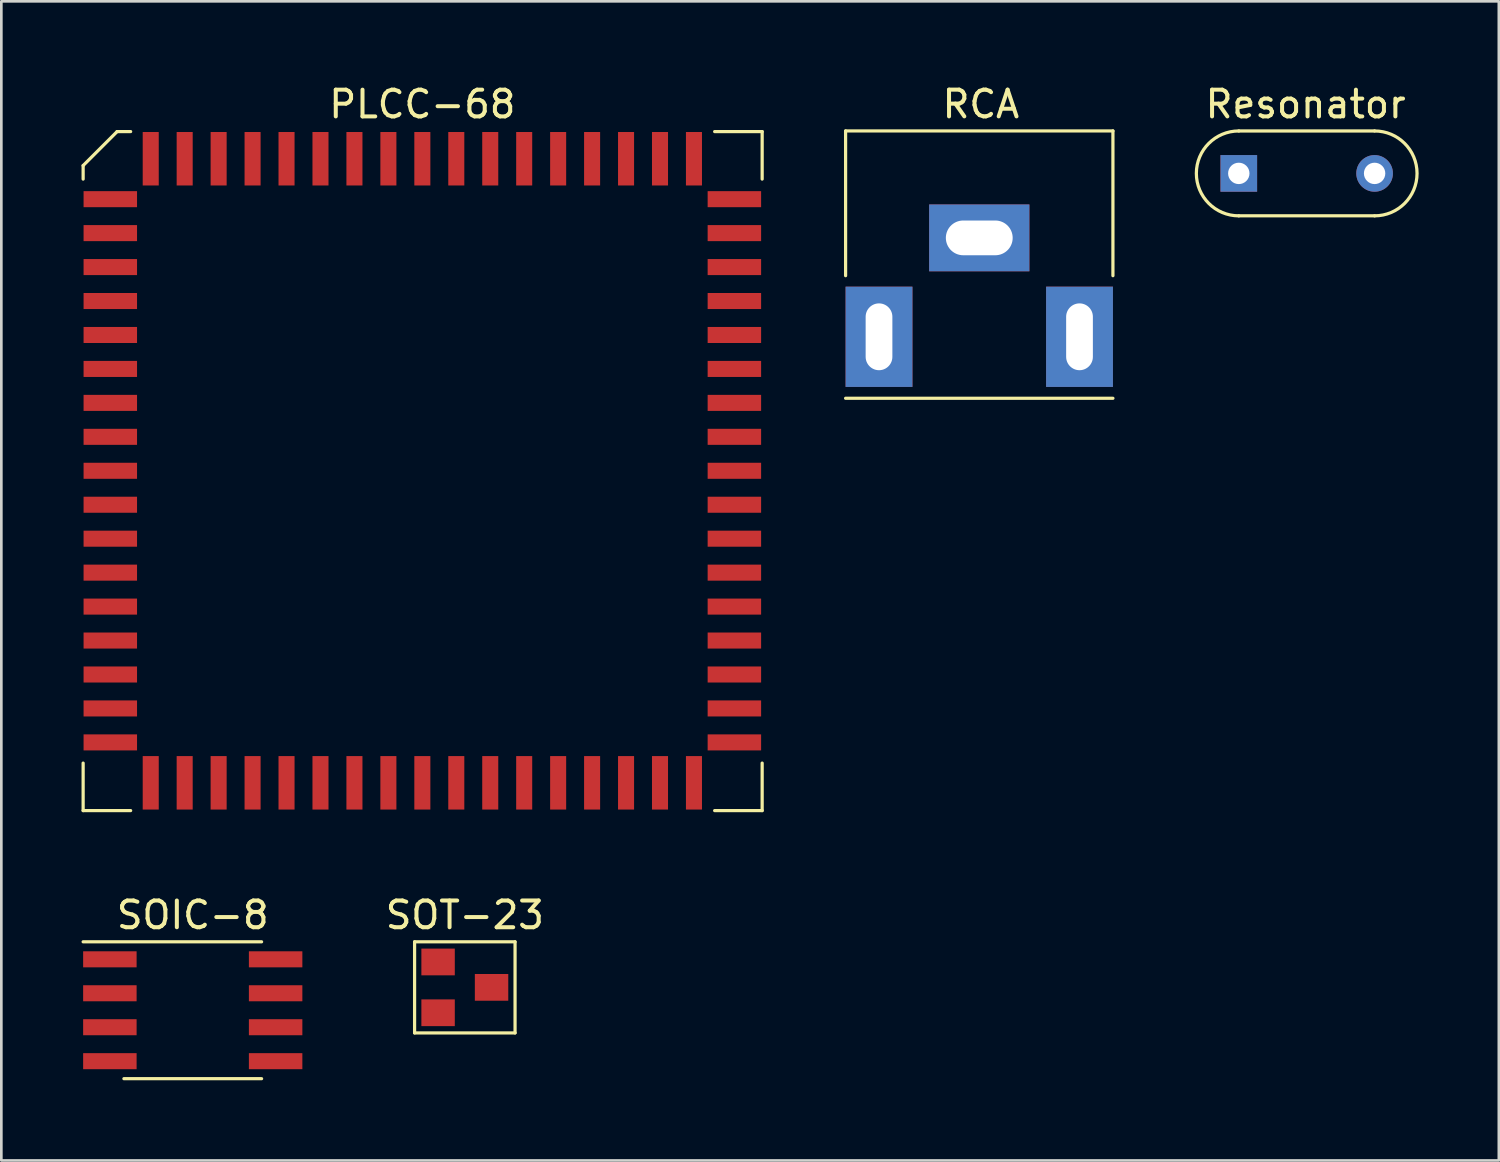
<source format=kicad_pcb>
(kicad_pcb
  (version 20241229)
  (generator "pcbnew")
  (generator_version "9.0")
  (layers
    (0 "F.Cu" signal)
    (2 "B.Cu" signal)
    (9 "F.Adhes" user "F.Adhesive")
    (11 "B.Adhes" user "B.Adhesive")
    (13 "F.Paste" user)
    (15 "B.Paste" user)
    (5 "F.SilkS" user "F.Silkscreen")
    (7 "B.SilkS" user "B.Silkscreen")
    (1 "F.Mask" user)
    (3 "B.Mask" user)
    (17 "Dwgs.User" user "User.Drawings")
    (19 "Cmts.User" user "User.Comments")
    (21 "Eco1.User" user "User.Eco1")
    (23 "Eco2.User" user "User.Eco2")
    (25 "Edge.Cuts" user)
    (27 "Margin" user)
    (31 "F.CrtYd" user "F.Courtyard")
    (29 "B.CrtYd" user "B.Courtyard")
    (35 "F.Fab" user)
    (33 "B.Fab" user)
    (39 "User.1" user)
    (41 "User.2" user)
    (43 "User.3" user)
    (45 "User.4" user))
  (footprint "SOIC-8"
    (layer "F.Cu")
    (at 4.16 34.739)
    (property "Reference" "SOIC-8" (at 0 -3.56 0) (layer "F.SilkS") (effects (font (size 1 1) (thickness 0.15))))
    (attr smd)
    (fp_line (start -4.1 -2.56) (end 2.575 -2.56) (stroke (width 0.12) (type solid)) (layer "F.SilkS"))
    (fp_line (start 2.575 2.56) (end -2.575 2.56) (stroke (width 0.12) (type solid)) (layer "F.SilkS"))
    (pad "1" smd rect (at -3.1 -1.905) (size 2 0.6) (layers "F.Cu" "F.Mask" "F.Paste"))
    (pad "2" smd rect (at -3.1 -0.635) (size 2 0.6) (layers "F.Cu" "F.Mask" "F.Paste"))
    (pad "3" smd rect (at -3.1 0.635) (size 2 0.6) (layers "F.Cu" "F.Mask" "F.Paste"))
    (pad "4" smd rect (at -3.1 1.905) (size 2 0.6) (layers "F.Cu" "F.Mask" "F.Paste"))
    (pad "5" smd rect (at 3.1 1.905) (size 2 0.6) (layers "F.Cu" "F.Mask" "F.Paste"))
    (pad "6" smd rect (at 3.1 0.635) (size 2 0.6) (layers "F.Cu" "F.Mask" "F.Paste"))
    (pad "7" smd rect (at 3.1 -0.635) (size 2 0.6) (layers "F.Cu" "F.Mask" "F.Paste"))
    (pad "8" smd rect (at 3.1 -1.905) (size 2 0.6) (layers "F.Cu" "F.Mask" "F.Paste")))
  (footprint "Resonator"
    (layer "F.Cu")
    (at 43.288 3.436)
    (property "Reference" "Resonator" (at 2.5 -2.587 0) (layer "F.SilkS") (effects (font (size 1 1) (thickness 0.15))))
    (attr through_hole)
    (fp_line (start 0 -1.587) (end 5.08 -1.587) (stroke (width 0.12) (type solid)) (layer "F.SilkS"))
    (fp_line (start 5.08 1.587) (end 0 1.587) (stroke (width 0.12) (type solid)) (layer "F.SilkS"))
    (fp_arc (start 0 1.5875) (mid -1.5875 0) (end 0 -1.5875) (stroke (width 0.12) (type solid)) (layer "F.SilkS"))
    (fp_arc (start 5.08 -1.5875) (mid 6.6675 0) (end 5.08 1.5875) (stroke (width 0.12) (type solid)) (layer "F.SilkS"))
    (pad "1" thru_hole rect (at 0 0) (size 1.37 1.37) (drill 0.8) (layers "*.Cu" "*.Mask"))
    (pad "2" thru_hole circle (at 5.08 0) (size 1.37 1.37) (drill 0.8) (layers "*.Cu" "*.Mask")))
  (footprint "PLCC-68"
    (layer "F.Cu")
    (at 12.748 14.56)
    (property "Reference" "PLCC-68" (at 0 -13.711 0) (layer "F.SilkS") (effects (font (size 1 1) (thickness 0.15))))
    (attr smd)
    (fp_line (start -12.688 -11.418) (end -11.418 -12.688) (stroke (width 0.12) (type solid)) (layer "F.SilkS"))
    (fp_line (start -12.688 -10.911) (end -12.688 -11.418) (stroke (width 0.12) (type solid)) (layer "F.SilkS"))
    (fp_line (start -12.688 12.711) (end -12.688 10.934) (stroke (width 0.12) (type solid)) (layer "F.SilkS"))
    (fp_line (start -11.418 -12.688) (end -10.911 -12.688) (stroke (width 0.12) (type solid)) (layer "F.SilkS"))
    (fp_line (start -10.911 12.711) (end -12.688 12.711) (stroke (width 0.12) (type solid)) (layer "F.SilkS"))
    (fp_line (start 10.934 -12.688) (end 12.711 -12.688) (stroke (width 0.12) (type solid)) (layer "F.SilkS"))
    (fp_line (start 12.711 -12.688) (end 12.711 -10.911) (stroke (width 0.12) (type solid)) (layer "F.SilkS"))
    (fp_line (start 12.711 10.934) (end 12.711 12.711) (stroke (width 0.12) (type solid)) (layer "F.SilkS"))
    (fp_line (start 12.711 12.711) (end 10.934 12.711) (stroke (width 0.12) (type solid)) (layer "F.SilkS"))
    (pad "1" smd rect (at 0 -11.672) (size 0.6 2) (layers "F.Cu" "F.Mask" "F.Paste"))
    (pad "2" smd rect (at -1.27 -11.672) (size 0.6 2) (layers "F.Cu" "F.Mask" "F.Paste"))
    (pad "3" smd rect (at -2.54 -11.672) (size 0.6 2) (layers "F.Cu" "F.Mask" "F.Paste"))
    (pad "4" smd rect (at -3.81 -11.672) (size 0.6 2) (layers "F.Cu" "F.Mask" "F.Paste"))
    (pad "5" smd rect (at -5.08 -11.672) (size 0.6 2) (layers "F.Cu" "F.Mask" "F.Paste"))
    (pad "6" smd rect (at -6.35 -11.672) (size 0.6 2) (layers "F.Cu" "F.Mask" "F.Paste"))
    (pad "7" smd rect (at -7.62 -11.672) (size 0.6 2) (layers "F.Cu" "F.Mask" "F.Paste"))
    (pad "8" smd rect (at -8.89 -11.672) (size 0.6 2) (layers "F.Cu" "F.Mask" "F.Paste"))
    (pad "9" smd rect (at -10.16 -11.672) (size 0.6 2) (layers "F.Cu" "F.Mask" "F.Paste"))
    (pad "10" smd rect (at -11.672 -10.16) (size 2 0.6) (layers "F.Cu" "F.Mask" "F.Paste"))
    (pad "11" smd rect (at -11.672 -8.89) (size 2 0.6) (layers "F.Cu" "F.Mask" "F.Paste"))
    (pad "12" smd rect (at -11.672 -7.62) (size 2 0.6) (layers "F.Cu" "F.Mask" "F.Paste"))
    (pad "13" smd rect (at -11.672 -6.35) (size 2 0.6) (layers "F.Cu" "F.Mask" "F.Paste"))
    (pad "14" smd rect (at -11.672 -5.08) (size 2 0.6) (layers "F.Cu" "F.Mask" "F.Paste"))
    (pad "15" smd rect (at -11.672 -3.81) (size 2 0.6) (layers "F.Cu" "F.Mask" "F.Paste"))
    (pad "16" smd rect (at -11.672 -2.54) (size 2 0.6) (layers "F.Cu" "F.Mask" "F.Paste"))
    (pad "17" smd rect (at -11.672 -1.27) (size 2 0.6) (layers "F.Cu" "F.Mask" "F.Paste"))
    (pad "18" smd rect (at -11.672 0) (size 2 0.6) (layers "F.Cu" "F.Mask" "F.Paste"))
    (pad "19" smd rect (at -11.672 1.27) (size 2 0.6) (layers "F.Cu" "F.Mask" "F.Paste"))
    (pad "20" smd rect (at -11.672 2.54) (size 2 0.6) (layers "F.Cu" "F.Mask" "F.Paste"))
    (pad "21" smd rect (at -11.672 3.81) (size 2 0.6) (layers "F.Cu" "F.Mask" "F.Paste"))
    (pad "22" smd rect (at -11.672 5.08) (size 2 0.6) (layers "F.Cu" "F.Mask" "F.Paste"))
    (pad "23" smd rect (at -11.672 6.35) (size 2 0.6) (layers "F.Cu" "F.Mask" "F.Paste"))
    (pad "24" smd rect (at -11.672 7.62) (size 2 0.6) (layers "F.Cu" "F.Mask" "F.Paste"))
    (pad "25" smd rect (at -11.672 8.89) (size 2 0.6) (layers "F.Cu" "F.Mask" "F.Paste"))
    (pad "26" smd rect (at -11.672 10.16) (size 2 0.6) (layers "F.Cu" "F.Mask" "F.Paste"))
    (pad "27" smd rect (at -10.16 11.672) (size 0.6 2) (layers "F.Cu" "F.Mask" "F.Paste"))
    (pad "28" smd rect (at -8.89 11.672) (size 0.6 2) (layers "F.Cu" "F.Mask" "F.Paste"))
    (pad "29" smd rect (at -7.62 11.672) (size 0.6 2) (layers "F.Cu" "F.Mask" "F.Paste"))
    (pad "30" smd rect (at -6.35 11.672) (size 0.6 2) (layers "F.Cu" "F.Mask" "F.Paste"))
    (pad "31" smd rect (at -5.08 11.672) (size 0.6 2) (layers "F.Cu" "F.Mask" "F.Paste"))
    (pad "32" smd rect (at -3.81 11.672) (size 0.6 2) (layers "F.Cu" "F.Mask" "F.Paste"))
    (pad "33" smd rect (at -2.54 11.672) (size 0.6 2) (layers "F.Cu" "F.Mask" "F.Paste"))
    (pad "34" smd rect (at -1.27 11.672) (size 0.6 2) (layers "F.Cu" "F.Mask" "F.Paste"))
    (pad "35" smd rect (at 0 11.672) (size 0.6 2) (layers "F.Cu" "F.Mask" "F.Paste"))
    (pad "36" smd rect (at 1.27 11.672) (size 0.6 2) (layers "F.Cu" "F.Mask" "F.Paste"))
    (pad "37" smd rect (at 2.54 11.672) (size 0.6 2) (layers "F.Cu" "F.Mask" "F.Paste"))
    (pad "38" smd rect (at 3.81 11.672) (size 0.6 2) (layers "F.Cu" "F.Mask" "F.Paste"))
    (pad "39" smd rect (at 5.08 11.672) (size 0.6 2) (layers "F.Cu" "F.Mask" "F.Paste"))
    (pad "40" smd rect (at 6.35 11.672) (size 0.6 2) (layers "F.Cu" "F.Mask" "F.Paste"))
    (pad "41" smd rect (at 7.62 11.672) (size 0.6 2) (layers "F.Cu" "F.Mask" "F.Paste"))
    (pad "42" smd rect (at 8.89 11.672) (size 0.6 2) (layers "F.Cu" "F.Mask" "F.Paste"))
    (pad "43" smd rect (at 10.16 11.672) (size 0.6 2) (layers "F.Cu" "F.Mask" "F.Paste"))
    (pad "44" smd rect (at 11.672 10.16) (size 2 0.6) (layers "F.Cu" "F.Mask" "F.Paste"))
    (pad "45" smd rect (at 11.672 8.89) (size 2 0.6) (layers "F.Cu" "F.Mask" "F.Paste"))
    (pad "46" smd rect (at 11.672 7.62) (size 2 0.6) (layers "F.Cu" "F.Mask" "F.Paste"))
    (pad "47" smd rect (at 11.672 6.35) (size 2 0.6) (layers "F.Cu" "F.Mask" "F.Paste"))
    (pad "48" smd rect (at 11.672 5.08) (size 2 0.6) (layers "F.Cu" "F.Mask" "F.Paste"))
    (pad "49" smd rect (at 11.672 3.81) (size 2 0.6) (layers "F.Cu" "F.Mask" "F.Paste"))
    (pad "50" smd rect (at 11.672 2.54) (size 2 0.6) (layers "F.Cu" "F.Mask" "F.Paste"))
    (pad "51" smd rect (at 11.672 1.27) (size 2 0.6) (layers "F.Cu" "F.Mask" "F.Paste"))
    (pad "52" smd rect (at 11.672 0) (size 2 0.6) (layers "F.Cu" "F.Mask" "F.Paste"))
    (pad "53" smd rect (at 11.672 -1.27) (size 2 0.6) (layers "F.Cu" "F.Mask" "F.Paste"))
    (pad "54" smd rect (at 11.672 -2.54) (size 2 0.6) (layers "F.Cu" "F.Mask" "F.Paste"))
    (pad "55" smd rect (at 11.672 -3.81) (size 2 0.6) (layers "F.Cu" "F.Mask" "F.Paste"))
    (pad "56" smd rect (at 11.672 -5.08) (size 2 0.6) (layers "F.Cu" "F.Mask" "F.Paste"))
    (pad "57" smd rect (at 11.672 -6.35) (size 2 0.6) (layers "F.Cu" "F.Mask" "F.Paste"))
    (pad "58" smd rect (at 11.672 -7.62) (size 2 0.6) (layers "F.Cu" "F.Mask" "F.Paste"))
    (pad "59" smd rect (at 11.672 -8.89) (size 2 0.6) (layers "F.Cu" "F.Mask" "F.Paste"))
    (pad "60" smd rect (at 11.672 -10.16) (size 2 0.6) (layers "F.Cu" "F.Mask" "F.Paste"))
    (pad "61" smd rect (at 10.16 -11.672) (size 0.6 2) (layers "F.Cu" "F.Mask" "F.Paste"))
    (pad "62" smd rect (at 8.89 -11.672) (size 0.6 2) (layers "F.Cu" "F.Mask" "F.Paste"))
    (pad "63" smd rect (at 7.62 -11.672) (size 0.6 2) (layers "F.Cu" "F.Mask" "F.Paste"))
    (pad "64" smd rect (at 6.35 -11.672) (size 0.6 2) (layers "F.Cu" "F.Mask" "F.Paste"))
    (pad "65" smd rect (at 5.08 -11.672) (size 0.6 2) (layers "F.Cu" "F.Mask" "F.Paste"))
    (pad "66" smd rect (at 3.81 -11.672) (size 0.6 2) (layers "F.Cu" "F.Mask" "F.Paste"))
    (pad "67" smd rect (at 2.54 -11.672) (size 0.6 2) (layers "F.Cu" "F.Mask" "F.Paste"))
    (pad "68" smd rect (at 1.27 -11.672) (size 0.6 2) (layers "F.Cu" "F.Mask" "F.Paste")))
  (footprint "SOT-23"
    (layer "F.Cu")
    (at 14.337 33.883)
    (property "Reference" "SOT-23" (at 0 -2.704 0) (layer "F.SilkS") (effects (font (size 1 1) (thickness 0.15))))
    (attr smd)
    (fp_line (start -1.879 -1.704) (end 1.879 -1.704) (stroke (width 0.12) (type solid)) (layer "F.SilkS"))
    (fp_line (start -1.879 1.704) (end -1.879 -1.704) (stroke (width 0.12) (type solid)) (layer "F.SilkS"))
    (fp_line (start 1.879 -1.704) (end 1.879 1.704) (stroke (width 0.12) (type solid)) (layer "F.SilkS"))
    (fp_line (start 1.879 1.704) (end -1.879 1.704) (stroke (width 0.12) (type solid)) (layer "F.SilkS"))
    (pad "1" smd rect (at -1 -0.95) (size 1.25 1) (layers "F.Cu" "F.Mask" "F.Paste"))
    (pad "2" smd rect (at -1 0.95) (size 1.25 1) (layers "F.Cu" "F.Mask" "F.Paste"))
    (pad "3" smd rect (at 1 0) (size 1.25 1) (layers "F.Cu" "F.Mask" "F.Paste")))
  (footprint "RCA"
    (layer "F.Cu")
    (at 29.83 9.548)
    (property "Reference" "RCA" (at 3.81 -8.7 180) (layer "F.SilkS") (effects (font (size 1 1) (thickness 0.15))))
    (attr through_hole)
    (fp_line (start -1.25 -7.7) (end 8.75 -7.7) (stroke (width 0.12) (type solid)) (layer "F.SilkS"))
    (fp_line (start -1.25 -2.286) (end -1.25 -7.7) (stroke (width 0.12) (type solid)) (layer "F.SilkS"))
    (fp_line (start 8.75 -7.7) (end 8.75 -2.286) (stroke (width 0.12) (type solid)) (layer "F.SilkS"))
    (fp_line (start 8.75 2.3) (end -1.25 2.3) (stroke (width 0.12) (type solid)) (layer "F.SilkS"))
    (pad "1" thru_hole rect (at 0 0) (size 2.5 3.75) (drill oval 1 2.5) (layers "*.Cu" "*.Mask"))
    (pad "2" thru_hole rect (at 7.5 0) (size 2.5 3.75) (drill oval 1 2.5) (layers "*.Cu" "*.Mask"))
    (pad "3" thru_hole rect (at 3.75 -3.7) (size 3.75 2.5) (drill oval 2.5 1.3) (layers "*.Cu" "*.Mask")))
  (gr_rect
    (start -3 -3)
    (end 53.015 40.359)
    (stroke (width 0.1) (type default))
    (fill no)
    (layer "Edge.Cuts")))
</source>
